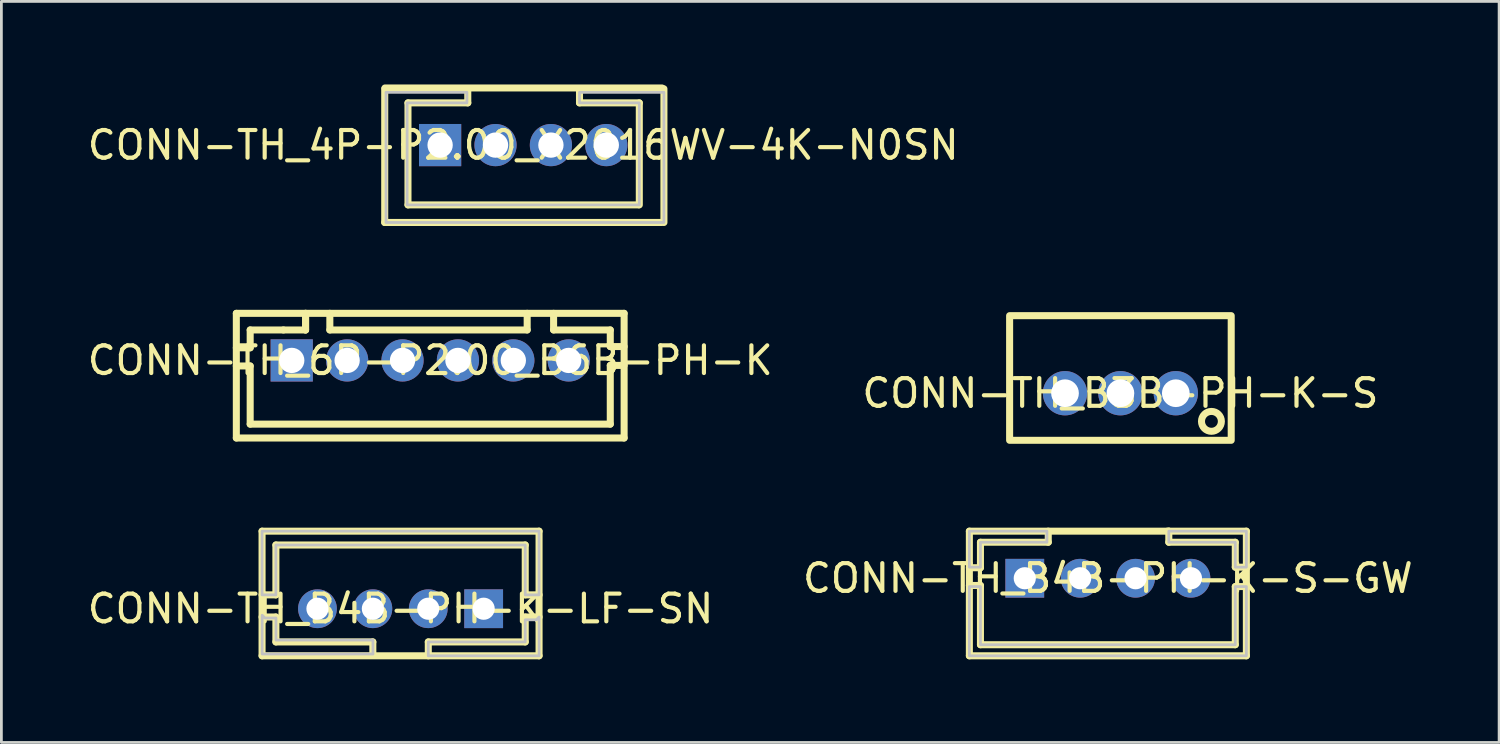
<source format=kicad_pcb>
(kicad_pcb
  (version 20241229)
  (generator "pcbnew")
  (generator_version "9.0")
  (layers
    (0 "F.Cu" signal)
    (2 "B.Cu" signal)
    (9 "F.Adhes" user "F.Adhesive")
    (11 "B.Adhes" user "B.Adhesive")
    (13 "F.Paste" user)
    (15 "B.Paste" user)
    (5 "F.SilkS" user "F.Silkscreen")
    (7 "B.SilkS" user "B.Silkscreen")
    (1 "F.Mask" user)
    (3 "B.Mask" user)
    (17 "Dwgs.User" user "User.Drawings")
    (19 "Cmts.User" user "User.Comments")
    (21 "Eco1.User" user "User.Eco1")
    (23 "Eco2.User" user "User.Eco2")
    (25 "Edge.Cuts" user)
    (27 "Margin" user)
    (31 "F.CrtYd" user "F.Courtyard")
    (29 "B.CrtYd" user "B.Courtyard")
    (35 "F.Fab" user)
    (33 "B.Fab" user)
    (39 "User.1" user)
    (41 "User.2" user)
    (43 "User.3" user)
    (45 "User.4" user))
  (footprint "CONN-TH_B4B-PH-K-S-GW"
    (layer "F.Cu")
    (at 36.946 17.826)
    (property "Reference" "CONN-TH_B4B-PH-K-S-GW" (at 0 0 0) (layer "F.SilkS") (effects (font (size 1 1) (thickness 0.15))))
    (fp_line (start -5 -1.7) (end -5 2.8) (stroke (width 0.254) (type default)) (layer "F.SilkS"))
    (fp_line (start -5 -1.7) (end 5 -1.7) (stroke (width 0.254) (type default)) (layer "F.SilkS"))
    (fp_line (start -5 -0.38) (end -4.6 -0.38) (stroke (width 0.254) (type default)) (layer "F.SilkS"))
    (fp_line (start -5 0.26) (end -4.6 0.26) (stroke (width 0.254) (type default)) (layer "F.SilkS"))
    (fp_line (start -5 2.8) (end 5 2.8) (stroke (width 0.254) (type default)) (layer "F.SilkS"))
    (fp_line (start -4.6 -1.3) (end -2.152 -1.3) (stroke (width 0.254) (type default)) (layer "F.SilkS"))
    (fp_line (start -4.6 -0.38) (end -4.6 -1.3) (stroke (width 0.254) (type default)) (layer "F.SilkS"))
    (fp_line (start -4.6 0.26) (end -4.6 2.4) (stroke (width 0.254) (type default)) (layer "F.SilkS"))
    (fp_line (start -4.6 2.4) (end 4.6 2.4) (stroke (width 0.254) (type default)) (layer "F.SilkS"))
    (fp_line (start -2.152 -1.3) (end -2.152 -1.7) (stroke (width 0.254) (type default)) (layer "F.SilkS"))
    (fp_line (start 2.151 -1.7) (end 2.2 -1.7) (stroke (width 0.254) (type default)) (layer "F.SilkS"))
    (fp_line (start 2.2 -1.7) (end 2.2 -1.3) (stroke (width 0.254) (type default)) (layer "F.SilkS"))
    (fp_line (start 2.2 -1.3) (end 4.6 -1.3) (stroke (width 0.254) (type default)) (layer "F.SilkS"))
    (fp_line (start 4.6 -1.3) (end 4.6 -0.4) (stroke (width 0.254) (type default)) (layer "F.SilkS"))
    (fp_line (start 4.6 -0.4) (end 5 -0.4) (stroke (width 0.254) (type default)) (layer "F.SilkS"))
    (fp_line (start 4.6 0.3) (end 5 0.3) (stroke (width 0.254) (type default)) (layer "F.SilkS"))
    (fp_line (start 4.6 2.4) (end 4.6 0.3) (stroke (width 0.254) (type default)) (layer "F.SilkS"))
    (fp_line (start 5 -1.7) (end 5 2.8) (stroke (width 0.254) (type default)) (layer "F.SilkS"))
    (fp_line (start 5 -0.4) (end 5 -0.364) (stroke (width 0.254) (type default)) (layer "F.SilkS"))
    (fp_line (start 5 0.3) (end 5 0.26) (stroke (width 0.254) (type default)) (layer "F.SilkS"))
    (fp_poly (pts (xy -5 -1.7) (xy -2.2 -1.7) (xy -2.2 -1.3) (xy -4.6 -1.3) (xy -4.6 -0.6) (xy -4.6 -0.4) (xy -5 -0.4)) (stroke (width 0.1) (type default)) (fill no) (layer "Dwgs.User"))
    (fp_poly (pts (xy 2.2 -1.7) (xy 5 -1.7) (xy 5 -0.4) (xy 4.6 -0.4) (xy 4.6 -1.3) (xy 2.2 -1.3) (xy 2.2 -1.4)) (stroke (width 0.1) (type default)) (fill no) (layer "Dwgs.User"))
    (fp_poly (pts (xy 5 0.3) (xy 4.6 0.3) (xy 4.6 2.4) (xy -4.6 2.4) (xy -4.6 0.3) (xy -5 0.3) (xy -5 2.8) (xy 5 2.8) (xy 5 2.1)) (stroke (width 0.1) (type default)) (fill no) (layer "Dwgs.User"))
    (fp_poly (pts (xy -3.25 -0.25) (xy -2.75 -0.25) (xy -2.75 0.25) (xy -3.25 0.25)) (stroke (width 0.1) (type default)) (fill no) (layer "User.1"))
    (fp_poly (pts (xy -1.25 -0.25) (xy -0.75 -0.25) (xy -0.75 0.25) (xy -1.25 0.25)) (stroke (width 0.1) (type default)) (fill no) (layer "User.1"))
    (fp_poly (pts (xy 0.75 -0.25) (xy 1.25 -0.25) (xy 1.25 0.25) (xy 0.75 0.25)) (stroke (width 0.1) (type default)) (fill no) (layer "User.1"))
    (fp_poly (pts (xy 2.75 -0.25) (xy 3.25 -0.25) (xy 3.25 0.25) (xy 2.75 0.25)) (stroke (width 0.1) (type default)) (fill no) (layer "User.1"))
    (fp_line (start -4.95 -1.691) (end 4.95 -1.691) (stroke (width 0.051) (type default)) (layer "User.2"))
    (fp_line (start -4.95 2.809) (end -4.95 -1.691) (stroke (width 0.051) (type default)) (layer "User.2"))
    (fp_line (start 4.95 -1.691) (end 4.95 2.809) (stroke (width 0.051) (type default)) (layer "User.2"))
    (fp_line (start 4.95 2.809) (end -4.95 2.809) (stroke (width 0.051) (type default)) (layer "User.2"))
    (fp_poly (pts (xy -4.89 2.808) (xy -4.908 2.766) (xy -4.95 2.748) (xy -4.992 2.766) (xy -5.01 2.808) (xy -4.992 2.851) (xy -4.95 2.869) (xy -4.908 2.851)) (stroke (width 0.1) (type default)) (fill no) (layer "User.3"))
    (pad "1" thru_hole rect (at -3 0) (size 1.4 1.4) (drill 0.8) (layers "*.Cu" "*.Mask"))
    (pad "2" thru_hole circle (at -1 0) (size 1.4 1.4) (drill 0.8) (layers "*.Cu" "*.Mask"))
    (pad "3" thru_hole circle (at 1 0) (size 1.4 1.4) (drill 0.8) (layers "*.Cu" "*.Mask"))
    (pad "4" thru_hole circle (at 3 0) (size 1.4 1.4) (drill 0.8) (layers "*.Cu" "*.Mask")))
  (footprint "CONN-TH_6P-P2.00_B6B-PH-K"
    (layer "F.Cu")
    (at 12.482 9.962)
    (property "Reference" "CONN-TH_6P-P2.00_B6B-PH-K" (at 0 0 0) (layer "F.SilkS") (effects (font (size 1 1) (thickness 0.15))))
    (fp_line (start -7 -1.7) (end 7 -1.7) (stroke (width 0.254) (type default)) (layer "F.SilkS"))
    (fp_line (start -7 -0.455) (end -6.5 -0.455) (stroke (width 0.254) (type default)) (layer "F.SilkS"))
    (fp_line (start -7 2.8) (end -7 -1.7) (stroke (width 0.254) (type default)) (layer "F.SilkS"))
    (fp_line (start -7 2.8) (end 7 2.8) (stroke (width 0.254) (type default)) (layer "F.SilkS"))
    (fp_line (start -6.5 -1.1) (end -5.3 -1.1) (stroke (width 0.254) (type default)) (layer "F.SilkS"))
    (fp_line (start -6.5 -0.455) (end -6.5 -1.1) (stroke (width 0.254) (type default)) (layer "F.SilkS"))
    (fp_line (start -6.5 0.2) (end -7 0.2) (stroke (width 0.254) (type default)) (layer "F.SilkS"))
    (fp_line (start -6.5 2.3) (end -6.5 0.2) (stroke (width 0.254) (type default)) (layer "F.SilkS"))
    (fp_line (start -5.3 -1.1) (end -4.5 -1.1) (stroke (width 0.254) (type default)) (layer "F.SilkS"))
    (fp_line (start -4.5 -1.1) (end -4.5 -1.7) (stroke (width 0.254) (type default)) (layer "F.SilkS"))
    (fp_line (start -4.5 -1.1) (end -4.5 -1.7) (stroke (width 0.254) (type default)) (layer "F.SilkS"))
    (fp_line (start -3.624 -1.7) (end -3.624 -1.1) (stroke (width 0.254) (type default)) (layer "F.SilkS"))
    (fp_line (start -3.624 -1.1) (end 3.5 -1.1) (stroke (width 0.254) (type default)) (layer "F.SilkS"))
    (fp_line (start 3.5 -1.1) (end 3.5 -1.7) (stroke (width 0.254) (type default)) (layer "F.SilkS"))
    (fp_line (start 4.454 -1.7) (end 4.454 -1.1) (stroke (width 0.254) (type default)) (layer "F.SilkS"))
    (fp_line (start 4.454 -1.1) (end 6.5 -1.1) (stroke (width 0.254) (type default)) (layer "F.SilkS"))
    (fp_line (start 6.5 -1.1) (end 6.5 -0.5) (stroke (width 0.254) (type default)) (layer "F.SilkS"))
    (fp_line (start 6.5 -0.5) (end 7 -0.5) (stroke (width 0.254) (type default)) (layer "F.SilkS"))
    (fp_line (start 6.5 0.18) (end 6.5 2.3) (stroke (width 0.254) (type default)) (layer "F.SilkS"))
    (fp_line (start 6.5 2.3) (end -6.5 2.3) (stroke (width 0.254) (type default)) (layer "F.SilkS"))
    (fp_line (start 7 0.18) (end 6.5 0.18) (stroke (width 0.254) (type default)) (layer "F.SilkS"))
    (fp_line (start 7 2.8) (end 7 -1.7) (stroke (width 0.254) (type default)) (layer "F.SilkS"))
    (fp_poly (pts (xy -4.643 0) (xy -4.66 -0.11) (xy -4.711 -0.21) (xy -4.79 -0.289) (xy -4.89 -0.34) (xy -5 -0.357) (xy -5.11 -0.34) (xy -5.21 -0.289) (xy -5.289 -0.21) (xy -5.34 -0.11) (xy -5.357 0) (xy -5.34 0.11) (xy -5.289 0.21) (xy -5.21 0.289) (xy -5.11 0.34) (xy -5 0.357) (xy -4.89 0.34) (xy -4.79 0.289) (xy -4.711 0.21) (xy -4.66 0.11)) (stroke (width 0.1) (type default)) (fill no) (layer "User.1"))
    (fp_poly (pts (xy -2.643 0) (xy -2.66 -0.11) (xy -2.711 -0.21) (xy -2.79 -0.289) (xy -2.89 -0.34) (xy -3 -0.357) (xy -3.11 -0.34) (xy -3.21 -0.289) (xy -3.289 -0.21) (xy -3.34 -0.11) (xy -3.357 0) (xy -3.34 0.11) (xy -3.289 0.21) (xy -3.21 0.289) (xy -3.11 0.34) (xy -3 0.357) (xy -2.89 0.34) (xy -2.79 0.289) (xy -2.711 0.21) (xy -2.66 0.11)) (stroke (width 0.1) (type default)) (fill no) (layer "User.1"))
    (fp_poly (pts (xy -0.643 0) (xy -0.66 -0.11) (xy -0.711 -0.21) (xy -0.79 -0.289) (xy -0.89 -0.34) (xy -1 -0.357) (xy -1.11 -0.34) (xy -1.21 -0.289) (xy -1.289 -0.21) (xy -1.34 -0.11) (xy -1.357 0) (xy -1.34 0.11) (xy -1.289 0.21) (xy -1.21 0.289) (xy -1.11 0.34) (xy -1 0.357) (xy -0.89 0.34) (xy -0.79 0.289) (xy -0.711 0.21) (xy -0.66 0.11)) (stroke (width 0.1) (type default)) (fill no) (layer "User.1"))
    (fp_poly (pts (xy 1.357 0) (xy 1.34 -0.11) (xy 1.289 -0.21) (xy 1.21 -0.289) (xy 1.11 -0.34) (xy 1 -0.357) (xy 0.89 -0.34) (xy 0.79 -0.289) (xy 0.711 -0.21) (xy 0.66 -0.11) (xy 0.643 0) (xy 0.66 0.11) (xy 0.711 0.21) (xy 0.79 0.289) (xy 0.89 0.34) (xy 1 0.357) (xy 1.11 0.34) (xy 1.21 0.289) (xy 1.289 0.21) (xy 1.34 0.11)) (stroke (width 0.1) (type default)) (fill no) (layer "User.1"))
    (fp_poly (pts (xy 3.357 0) (xy 3.34 -0.11) (xy 3.289 -0.21) (xy 3.21 -0.289) (xy 3.11 -0.34) (xy 3 -0.357) (xy 2.89 -0.34) (xy 2.79 -0.289) (xy 2.711 -0.21) (xy 2.66 -0.11) (xy 2.643 0) (xy 2.66 0.11) (xy 2.711 0.21) (xy 2.79 0.289) (xy 2.89 0.34) (xy 3 0.357) (xy 3.11 0.34) (xy 3.21 0.289) (xy 3.289 0.21) (xy 3.34 0.11)) (stroke (width 0.1) (type default)) (fill no) (layer "User.1"))
    (fp_poly (pts (xy 5.357 0) (xy 5.34 -0.11) (xy 5.289 -0.21) (xy 5.21 -0.289) (xy 5.11 -0.34) (xy 5 -0.357) (xy 4.89 -0.34) (xy 4.79 -0.289) (xy 4.711 -0.21) (xy 4.66 -0.11) (xy 4.643 0) (xy 4.66 0.11) (xy 4.711 0.21) (xy 4.79 0.289) (xy 4.89 0.34) (xy 5 0.357) (xy 5.11 0.34) (xy 5.21 0.289) (xy 5.289 0.21) (xy 5.34 0.11)) (stroke (width 0.1) (type default)) (fill no) (layer "User.1"))
    (fp_line (start -7.127 -1.827) (end 7.127 -1.827) (stroke (width 0.051) (type default)) (layer "User.2"))
    (fp_line (start -7.127 2.927) (end -7.127 -1.827) (stroke (width 0.051) (type default)) (layer "User.2"))
    (fp_line (start 7.127 -1.827) (end 7.127 2.927) (stroke (width 0.051) (type default)) (layer "User.2"))
    (fp_line (start 7.127 2.927) (end -7.127 2.927) (stroke (width 0.051) (type default)) (layer "User.2"))
    (fp_poly (pts (xy -7.067 2.927) (xy -7.085 2.885) (xy -7.127 2.867) (xy -7.169 2.885) (xy -7.187 2.927) (xy -7.169 2.969) (xy -7.127 2.987) (xy -7.085 2.969)) (stroke (width 0.1) (type default)) (fill no) (layer "User.3"))
    (pad "1" thru_hole rect (at -5 0) (size 1.524 1.524) (drill 0.914) (layers "*.Cu" "*.Mask"))
    (pad "2" thru_hole circle (at -3 0) (size 1.524 1.524) (drill 0.914) (layers "*.Cu" "*.Mask"))
    (pad "3" thru_hole circle (at -1 0) (size 1.524 1.524) (drill 0.914) (layers "*.Cu" "*.Mask"))
    (pad "4" thru_hole circle (at 1 0) (size 1.524 1.524) (drill 0.914) (layers "*.Cu" "*.Mask"))
    (pad "5" thru_hole circle (at 3 0) (size 1.524 1.524) (drill 0.914) (layers "*.Cu" "*.Mask"))
    (pad "6" thru_hole circle (at 5 0) (size 1.524 1.524) (drill 0.914) (layers "*.Cu" "*.Mask")))
  (footprint "CONN-TH_4P-P2.00_X2016WV-4K-N0SN"
    (layer "F.Cu")
    (at 15.839 2.188)
    (property "Reference" "CONN-TH_4P-P2.00_X2016WV-4K-N0SN" (at 0 0 0) (layer "F.SilkS") (effects (font (size 1 1) (thickness 0.15))))
    (fp_line (start -5 2.794) (end -5 -2.032) (stroke (width 0.254) (type default)) (layer "F.SilkS"))
    (fp_line (start -5 2.794) (end 5 2.794) (stroke (width 0.254) (type default)) (layer "F.SilkS"))
    (fp_line (start -4.99 -2.062) (end 5.01 -2.062) (stroke (width 0.254) (type default)) (layer "F.SilkS"))
    (fp_line (start -4.16 -1.524) (end -4.16 2.159) (stroke (width 0.254) (type default)) (layer "F.SilkS"))
    (fp_line (start -4.16 2.159) (end 4.16 2.159) (stroke (width 0.254) (type default)) (layer "F.SilkS"))
    (fp_line (start -2.001 -1.524) (end -4.16 -1.524) (stroke (width 0.254) (type default)) (layer "F.SilkS"))
    (fp_line (start -2.001 -1.524) (end -2.001 -2.032) (stroke (width 0.254) (type default)) (layer "F.SilkS"))
    (fp_line (start 2.032 -1.524) (end 2.032 -2.032) (stroke (width 0.254) (type default)) (layer "F.SilkS"))
    (fp_line (start 2.032 -1.524) (end 4.191 -1.524) (stroke (width 0.254) (type default)) (layer "F.SilkS"))
    (fp_line (start 4.191 -1.524) (end 4.191 2.159) (stroke (width 0.254) (type default)) (layer "F.SilkS"))
    (fp_line (start 5.08 2.794) (end 5.08 -2.032) (stroke (width 0.254) (type default)) (layer "F.SilkS"))
    (fp_poly (pts (xy 2.032 -1.905) (xy 5.08 -1.905) (xy 5.08 2.794) (xy -4.953 2.794) (xy -4.953 -1.905) (xy -2.032 -1.905) (xy -2.032 -1.524) (xy -4.191 -1.524) (xy -4.191 2.159) (xy 4.191 2.159) (xy 4.191 -1.524) (xy 2.032 -1.524) (xy 2.032 -1.651)) (stroke (width 0.1) (type default)) (fill no) (layer "Dwgs.User"))
    (fp_poly (pts (xy -3.25 -0.25) (xy -2.75 -0.25) (xy -2.75 0.25) (xy -3.25 0.25)) (stroke (width 0.1) (type default)) (fill no) (layer "User.1"))
    (fp_poly (pts (xy -1.25 -0.25) (xy -0.75 -0.25) (xy -0.75 0.25) (xy -1.25 0.25)) (stroke (width 0.1) (type default)) (fill no) (layer "User.1"))
    (fp_poly (pts (xy 0.75 -0.25) (xy 1.25 -0.25) (xy 1.25 0.25) (xy 0.75 0.25)) (stroke (width 0.1) (type default)) (fill no) (layer "User.1"))
    (fp_poly (pts (xy 2.75 -0.25) (xy 3.25 -0.25) (xy 3.25 0.25) (xy 2.75 0.25)) (stroke (width 0.1) (type default)) (fill no) (layer "User.1"))
    (fp_line (start -5.037 -1.98) (end 5.005 -1.98) (stroke (width 0.051) (type default)) (layer "User.2"))
    (fp_line (start -5.027 0.369) (end -5.037 -1.98) (stroke (width 0.051) (type default)) (layer "User.2"))
    (fp_line (start -5.027 2.74) (end -5.027 0.369) (stroke (width 0.051) (type default)) (layer "User.2"))
    (fp_line (start 5.005 -1.98) (end 5.005 2.74) (stroke (width 0.051) (type default)) (layer "User.2"))
    (fp_line (start 5.005 2.74) (end -5.027 2.74) (stroke (width 0.051) (type default)) (layer "User.2"))
    (fp_poly (pts (xy -4.977 2.74) (xy -4.995 2.698) (xy -5.037 2.68) (xy -5.079 2.698) (xy -5.097 2.74) (xy -5.079 2.782) (xy -5.037 2.8) (xy -4.995 2.782)) (stroke (width 0.1) (type default)) (fill no) (layer "User.3"))
    (pad "1" thru_hole rect (at -3 0) (size 1.524 1.524) (drill 0.914) (layers "*.Cu" "*.Mask"))
    (pad "2" thru_hole circle (at -1 0) (size 1.524 1.524) (drill 0.914) (layers "*.Cu" "*.Mask"))
    (pad "3" thru_hole circle (at 1 0) (size 1.524 1.524) (drill 0.914) (layers "*.Cu" "*.Mask"))
    (pad "4" thru_hole circle (at 3 0) (size 1.524 1.524) (drill 0.914) (layers "*.Cu" "*.Mask")))
  (footprint "CONN-TH_B3B-PH-K-S"
    (layer "F.Cu")
    (at 37.399 11.146)
    (property "Reference" "CONN-TH_B3B-PH-K-S" (at 0 0 0) (layer "F.SilkS") (effects (font (size 1 1) (thickness 0.15))))
    (fp_rect (start -4 -2.8) (end 4 1.7) (stroke (width 0.254) (type default)) (fill no) (layer "F.SilkS"))
    (fp_circle (center 3.286 1.016) (end 3.645 1.016) (stroke (width 0.254) (type default)) (fill no) (layer "F.SilkS"))
    (fp_poly (pts (xy -1.6 0) (xy -1.62 -0.124) (xy -1.676 -0.235) (xy -1.765 -0.324) (xy -1.876 -0.38) (xy -2 -0.4) (xy -2.124 -0.38) (xy -2.235 -0.324) (xy -2.324 -0.235) (xy -2.38 -0.124) (xy -2.4 0) (xy -2.38 0.124) (xy -2.324 0.235) (xy -2.235 0.324) (xy -2.124 0.38) (xy -2 0.4) (xy -1.876 0.38) (xy -1.765 0.324) (xy -1.676 0.235) (xy -1.62 0.124)) (stroke (width 0.1) (type default)) (fill no) (layer "User.1"))
    (fp_poly (pts (xy 0.4 0) (xy 0.38 -0.124) (xy 0.324 -0.235) (xy 0.235 -0.324) (xy 0.124 -0.38) (xy 0 -0.4) (xy -0.124 -0.38) (xy -0.235 -0.324) (xy -0.324 -0.235) (xy -0.38 -0.124) (xy -0.4 0) (xy -0.38 0.124) (xy -0.324 0.235) (xy -0.235 0.324) (xy -0.124 0.38) (xy 0 0.4) (xy 0.124 0.38) (xy 0.235 0.324) (xy 0.324 0.235) (xy 0.38 0.124)) (stroke (width 0.1) (type default)) (fill no) (layer "User.1"))
    (fp_poly (pts (xy 2.4 0) (xy 2.38 -0.124) (xy 2.324 -0.235) (xy 2.235 -0.324) (xy 2.124 -0.38) (xy 2 -0.4) (xy 1.876 -0.38) (xy 1.765 -0.324) (xy 1.676 -0.235) (xy 1.62 -0.124) (xy 1.6 0) (xy 1.62 0.124) (xy 1.676 0.235) (xy 1.765 0.324) (xy 1.876 0.38) (xy 2 0.4) (xy 2.124 0.38) (xy 2.235 0.324) (xy 2.324 0.235) (xy 2.38 0.124)) (stroke (width 0.1) (type default)) (fill no) (layer "User.1"))
    (fp_line (start -4.127 -2.927) (end 4.127 -2.927) (stroke (width 0.051) (type default)) (layer "User.2"))
    (fp_line (start -4.127 1.827) (end -4.127 -2.927) (stroke (width 0.051) (type default)) (layer "User.2"))
    (fp_line (start 4.127 -2.927) (end 4.127 1.827) (stroke (width 0.051) (type default)) (layer "User.2"))
    (fp_line (start 4.127 1.827) (end -4.127 1.827) (stroke (width 0.051) (type default)) (layer "User.2"))
    (fp_poly (pts (xy 4.187 -2.927) (xy 4.169 -2.969) (xy 4.127 -2.987) (xy 4.085 -2.969) (xy 4.067 -2.927) (xy 4.085 -2.885) (xy 4.127 -2.867) (xy 4.169 -2.885)) (stroke (width 0.1) (type default)) (fill no) (layer "User.3"))
    (pad "1" thru_hole circle (at 2 0 180) (size 1.6 1.6) (drill 1) (layers "*.Cu" "*.Mask"))
    (pad "2" thru_hole circle (at 0 0 180) (size 1.6 1.6) (drill 1) (layers "*.Cu" "*.Mask"))
    (pad "3" thru_hole circle (at -2 0 180) (size 1.6 1.6) (drill 1) (layers "*.Cu" "*.Mask")))
  (footprint "CONN-TH_B4B-PH-K-LF-SN"
    (layer "F.Cu")
    (at 11.411 18.926)
    (property "Reference" "CONN-TH_B4B-PH-K-LF-SN" (at 0 0 0) (layer "F.SilkS") (effects (font (size 1 1) (thickness 0.15))))
    (fp_line (start -5.002 0.299) (end -4.501 0.299) (stroke (width 0.254) (type default)) (layer "F.SilkS"))
    (fp_line (start -5 1.7) (end -5 -2.8) (stroke (width 0.254) (type default)) (layer "F.SilkS"))
    (fp_line (start -5 1.7) (end 5 1.7) (stroke (width 0.254) (type default)) (layer "F.SilkS"))
    (fp_line (start -4.501 -2.301) (end -4.501 -0.5) (stroke (width 0.254) (type default)) (layer "F.SilkS"))
    (fp_line (start -4.501 -0.5) (end -5.002 -0.5) (stroke (width 0.254) (type default)) (layer "F.SilkS"))
    (fp_line (start -4.501 0.299) (end -4.501 1.199) (stroke (width 0.254) (type default)) (layer "F.SilkS"))
    (fp_line (start -4.501 1.199) (end -1.001 1.199) (stroke (width 0.254) (type default)) (layer "F.SilkS"))
    (fp_line (start -1.001 1.199) (end -1.001 1.6) (stroke (width 0.254) (type default)) (layer "F.SilkS"))
    (fp_line (start 1.001 1.199) (end 4.501 1.199) (stroke (width 0.254) (type default)) (layer "F.SilkS"))
    (fp_line (start 1.001 1.7) (end 1.001 1.199) (stroke (width 0.254) (type default)) (layer "F.SilkS"))
    (fp_line (start 4.501 -2.301) (end -4.501 -2.301) (stroke (width 0.254) (type default)) (layer "F.SilkS"))
    (fp_line (start 4.501 -0.5) (end 4.501 -2.301) (stroke (width 0.254) (type default)) (layer "F.SilkS"))
    (fp_line (start 4.501 0.299) (end 5.002 0.299) (stroke (width 0.254) (type default)) (layer "F.SilkS"))
    (fp_line (start 4.501 1.199) (end 4.501 0.299) (stroke (width 0.254) (type default)) (layer "F.SilkS"))
    (fp_line (start 5 -2.8) (end -5 -2.8) (stroke (width 0.254) (type default)) (layer "F.SilkS"))
    (fp_line (start 5 -2.8) (end 5 1.7) (stroke (width 0.254) (type default)) (layer "F.SilkS"))
    (fp_line (start 5.002 -0.5) (end 4.501 -0.5) (stroke (width 0.254) (type default)) (layer "F.SilkS"))
    (fp_poly (pts (xy -0.996 1.635) (xy -0.997 1.133) (xy -4.497 1.133) (xy -4.497 0.335) (xy -4.896 0.335) (xy -4.997 0.234) (xy -4.997 1.633) (xy -4.995 1.635)) (stroke (width 0.1) (type default)) (fill no) (layer "Dwgs.User"))
    (fp_poly (pts (xy 1 1.7) (xy 1.001 1.199) (xy 4.501 1.199) (xy 4.501 0.4) (xy 4.901 0.4) (xy 5.002 0.299) (xy 5.002 1.699) (xy 5 1.7)) (stroke (width 0.1) (type default)) (fill no) (layer "Dwgs.User"))
    (fp_poly (pts (xy 4.7 -0.5) (xy 5 -0.5) (xy 5 -0.5) (xy 5 -2.8) (xy -5 -2.8) (xy -5 -0.501) (xy -5.002 -0.5) (xy -4.501 -0.5) (xy -4.501 -2.301) (xy 4.501 -2.301) (xy 4.501 -0.5)) (stroke (width 0.1) (type default)) (fill no) (layer "Dwgs.User"))
    (fp_poly (pts (xy -3.25 -0.25) (xy -2.75 -0.25) (xy -2.75 0.25) (xy -3.25 0.25)) (stroke (width 0.1) (type default)) (fill no) (layer "User.1"))
    (fp_poly (pts (xy -1.25 -0.25) (xy -0.75 -0.25) (xy -0.75 0.25) (xy -1.25 0.25)) (stroke (width 0.1) (type default)) (fill no) (layer "User.1"))
    (fp_poly (pts (xy 0.75 -0.25) (xy 1.25 -0.25) (xy 1.25 0.25) (xy 0.75 0.25)) (stroke (width 0.1) (type default)) (fill no) (layer "User.1"))
    (fp_poly (pts (xy 2.75 -0.25) (xy 3.25 -0.25) (xy 3.25 0.25) (xy 2.75 0.25)) (stroke (width 0.1) (type default)) (fill no) (layer "User.1"))
    (fp_line (start -4.95 -2.8) (end 4.95 -2.8) (stroke (width 0.051) (type default)) (layer "User.2"))
    (fp_line (start -4.95 1.7) (end -4.95 -2.8) (stroke (width 0.051) (type default)) (layer "User.2"))
    (fp_line (start 4.95 -2.8) (end 4.95 1.7) (stroke (width 0.051) (type default)) (layer "User.2"))
    (fp_line (start 4.95 1.7) (end -4.95 1.7) (stroke (width 0.051) (type default)) (layer "User.2"))
    (fp_poly (pts (xy 5.01 -2.8) (xy 4.992 -2.842) (xy 4.95 -2.86) (xy 4.908 -2.842) (xy 4.89 -2.8) (xy 4.908 -2.758) (xy 4.95 -2.74) (xy 4.992 -2.758)) (stroke (width 0.1) (type default)) (fill no) (layer "User.3"))
    (pad "1" thru_hole rect (at 3 0) (size 1.4 1.4) (drill 0.8) (layers "*.Cu" "*.Mask"))
    (pad "2" thru_hole circle (at 1 0) (size 1.4 1.4) (drill 0.8) (layers "*.Cu" "*.Mask"))
    (pad "3" thru_hole circle (at -1 0) (size 1.4 1.4) (drill 0.8) (layers "*.Cu" "*.Mask"))
    (pad "4" thru_hole circle (at -3 0) (size 1.4 1.4) (drill 0.8) (layers "*.Cu" "*.Mask")))
  (gr_rect
    (start -3 -3)
    (end 51.071 23.753)
    (stroke (width 0.1) (type default))
    (fill no)
    (layer "Edge.Cuts")))
</source>
